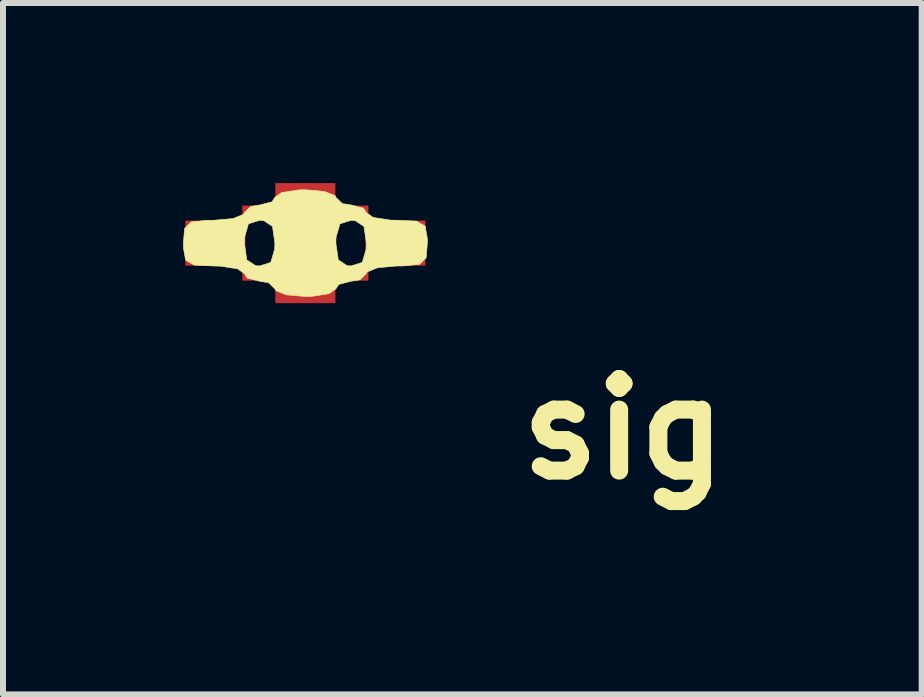
<source format=kicad_pcb>
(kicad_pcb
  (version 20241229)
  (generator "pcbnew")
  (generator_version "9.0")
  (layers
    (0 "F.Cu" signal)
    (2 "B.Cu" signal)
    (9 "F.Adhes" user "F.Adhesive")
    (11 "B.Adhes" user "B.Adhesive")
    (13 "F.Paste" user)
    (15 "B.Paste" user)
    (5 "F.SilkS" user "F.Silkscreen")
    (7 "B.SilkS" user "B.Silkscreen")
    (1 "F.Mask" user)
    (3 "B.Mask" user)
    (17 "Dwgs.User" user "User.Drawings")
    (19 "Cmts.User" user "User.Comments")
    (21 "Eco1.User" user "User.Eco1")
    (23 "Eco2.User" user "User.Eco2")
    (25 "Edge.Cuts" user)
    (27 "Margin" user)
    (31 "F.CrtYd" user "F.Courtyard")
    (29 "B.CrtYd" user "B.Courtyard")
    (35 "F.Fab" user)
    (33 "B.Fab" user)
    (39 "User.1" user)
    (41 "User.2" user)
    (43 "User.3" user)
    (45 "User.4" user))
  (footprint "sig"
    (layer "F.Cu")
    (at 2.037 1)
    (property "Reference" "sig" (at 5.3 3.1 0) (layer "F.SilkS") (effects (font (size 1.524 1.524) (thickness 0.3))))
    (attr through_hole)
    (fp_poly (pts (xy 0.318 -0.861) (xy 0.495 -0.79) (xy 0.508 -0.762) (xy 0.614 -0.659) (xy 0.762 -0.635) (xy 0.968 -0.582) (xy 1.016 -0.508) (xy 1.129 -0.428) (xy 1.41 -0.384) (xy 1.524 -0.381) (xy 1.85 -0.366) (xy 1.995 -0.284) (xy 2.031 -0.082) (xy 2.032 0) (xy 2.012 0.244) (xy 1.903 0.353) (xy 1.633 0.38) (xy 1.524 0.381) (xy 1.206 0.409) (xy 1.029 0.48) (xy 1.016 0.508) (xy 0.91 0.611) (xy 0.762 0.635) (xy 0.556 0.688) (xy 0.508 0.762) (xy 0.395 0.842) (xy 0.114 0.886) (xy 0 0.889) (xy -0.318 0.861) (xy -0.495 0.79) (xy -0.508 0.762) (xy -0.614 0.659) (xy -0.762 0.635) (xy -0.968 0.582) (xy -1.016 0.508) (xy -1.129 0.428) (xy -1.41 0.384) (xy -1.524 0.381) (xy -1.85 0.366) (xy -1.995 0.284) (xy -2.031 0.082) (xy -2.032 0) (xy -1.016 0) (xy -0.976 0.279) (xy -0.828 0.377) (xy -0.762 0.381) (xy -0.576 0.321) (xy -0.511 0.098) (xy -0.508 0) (xy 0.508 0) (xy 0.548 0.279) (xy 0.696 0.377) (xy 0.762 0.381) (xy 0.948 0.321) (xy 1.013 0.098) (xy 1.016 0) (xy 0.976 -0.279) (xy 0.828 -0.377) (xy 0.762 -0.381) (xy 0.576 -0.321) (xy 0.511 -0.098) (xy 0.508 0) (xy -0.508 0) (xy -0.548 -0.279) (xy -0.696 -0.377) (xy -0.762 -0.381) (xy -0.948 -0.321) (xy -1.013 -0.098) (xy -1.016 0) (xy -2.032 0) (xy -2.012 -0.244) (xy -1.903 -0.353) (xy -1.633 -0.38) (xy -1.524 -0.381) (xy -1.206 -0.409) (xy -1.029 -0.48) (xy -1.016 -0.508) (xy -0.91 -0.611) (xy -0.762 -0.635) (xy -0.556 -0.688) (xy -0.508 -0.762) (xy -0.395 -0.842) (xy -0.114 -0.886) (xy 0 -0.889) (xy 0.318 -0.861)) (stroke (width 0.01) (type solid)) (fill yes) (layer "F.SilkS"))
    (pad "" smd rect (at -1.5 0 90) (size 0.75 1) (layers "F.Cu" "F.Mask" "F.Paste"))
    (pad "" smd rect (at 0 -0.5 90) (size 0.25 2.1) (layers "F.Cu" "F.Mask" "F.Paste"))
    (pad "" smd rect (at 0 0 90) (size 2 1) (layers "F.Cu" "F.Mask" "F.Paste"))
    (pad "" smd rect (at 0 0.5 90) (size 0.25 2.1) (layers "F.Cu" "F.Mask" "F.Paste"))
    (pad "" smd rect (at 1.5 0 90) (size 0.75 1) (layers "F.Cu" "F.Mask" "F.Paste")))
  (gr_rect
    (start -3 -3)
    (end 12.304 8.518)
    (stroke (width 0.1) (type default))
    (fill no)
    (layer "Edge.Cuts")))
</source>
